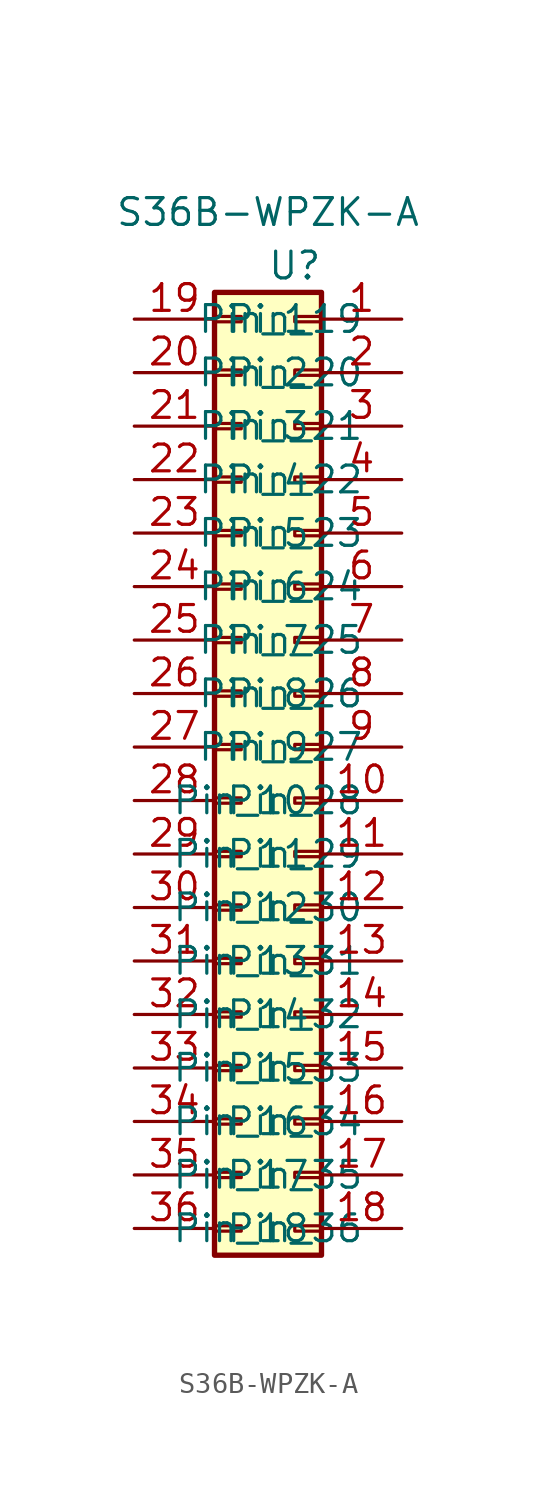
<source format=kicad_sym>
(kicad_symbol_lib
  (version 20211014)
  (generator kicad_symbol_editor)
  (symbol "S36B-WPZK-A"
    (property "Reference" "U"
      (at 16.51 49.53 0)
      (effects (font (size 1.27 1.27))))
    (property "Value" "S36B-WPZK-A"
      (at 15.24 52.07 0)
      (effects (font (size 1.27 1.27))))
    (symbol "S36B-WPZK-A_1_1"
      (rectangle (start 12.7 2.54) (end 17.78 48.26) (stroke (width 0.254) (type default) (color 0 0 0 0)) (fill (type background)))
      (rectangle (start 13.97 3.683) (end 12.7 3.937) (stroke (width 0.152) (type default) (color 0 0 0 0)) (fill (type none)))
      (rectangle (start 13.97 6.223) (end 12.7 6.477) (stroke (width 0.152) (type default) (color 0 0 0 0)) (fill (type none)))
      (rectangle (start 13.97 8.763) (end 12.7 9.017) (stroke (width 0.152) (type default) (color 0 0 0 0)) (fill (type none)))
      (rectangle (start 13.97 11.303) (end 12.7 11.557) (stroke (width 0.152) (type default) (color 0 0 0 0)) (fill (type none)))
      (rectangle (start 13.97 13.843) (end 12.7 14.097) (stroke (width 0.152) (type default) (color 0 0 0 0)) (fill (type none)))
      (rectangle (start 13.97 16.383) (end 12.7 16.637) (stroke (width 0.152) (type default) (color 0 0 0 0)) (fill (type none)))
      (rectangle (start 13.97 18.923) (end 12.7 19.177) (stroke (width 0.152) (type default) (color 0 0 0 0)) (fill (type none)))
      (rectangle (start 13.97 21.463) (end 12.7 21.717) (stroke (width 0.152) (type default) (color 0 0 0 0)) (fill (type none)))
      (rectangle (start 13.97 24.003) (end 12.7 24.257) (stroke (width 0.152) (type default) (color 0 0 0 0)) (fill (type none)))
      (rectangle (start 13.97 26.543) (end 12.7 26.797) (stroke (width 0.152) (type default) (color 0 0 0 0)) (fill (type none)))
      (rectangle (start 13.97 29.083) (end 12.7 29.337) (stroke (width 0.152) (type default) (color 0 0 0 0)) (fill (type none)))
      (rectangle (start 13.97 31.623) (end 12.7 31.877) (stroke (width 0.152) (type default) (color 0 0 0 0)) (fill (type none)))
      (rectangle (start 13.97 34.163) (end 12.7 34.417) (stroke (width 0.152) (type default) (color 0 0 0 0)) (fill (type none)))
      (rectangle (start 13.97 36.703) (end 12.7 36.957) (stroke (width 0.152) (type default) (color 0 0 0 0)) (fill (type none)))
      (rectangle (start 13.97 39.243) (end 12.7 39.497) (stroke (width 0.152) (type default) (color 0 0 0 0)) (fill (type none)))
      (rectangle (start 13.97 41.783) (end 12.7 42.037) (stroke (width 0.152) (type default) (color 0 0 0 0)) (fill (type none)))
      (rectangle (start 13.97 44.323) (end 12.7 44.577) (stroke (width 0.152) (type default) (color 0 0 0 0)) (fill (type none)))
      (rectangle (start 13.97 46.863) (end 12.7 47.117) (stroke (width 0.152) (type default) (color 0 0 0 0)) (fill (type none)))
      (rectangle (start 16.51 3.683) (end 17.78 3.937) (stroke (width 0.152) (type default) (color 0 0 0 0)) (fill (type none)))
      (rectangle (start 16.51 6.223) (end 17.78 6.477) (stroke (width 0.152) (type default) (color 0 0 0 0)) (fill (type none)))
      (rectangle (start 16.51 8.763) (end 17.78 9.017) (stroke (width 0.152) (type default) (color 0 0 0 0)) (fill (type none)))
      (rectangle (start 16.51 11.303) (end 17.78 11.557) (stroke (width 0.152) (type default) (color 0 0 0 0)) (fill (type none)))
      (rectangle (start 16.51 13.843) (end 17.78 14.097) (stroke (width 0.152) (type default) (color 0 0 0 0)) (fill (type none)))
      (rectangle (start 16.51 16.383) (end 17.78 16.637) (stroke (width 0.152) (type default) (color 0 0 0 0)) (fill (type none)))
      (rectangle (start 16.51 18.923) (end 17.78 19.177) (stroke (width 0.152) (type default) (color 0 0 0 0)) (fill (type none)))
      (rectangle (start 16.51 21.463) (end 17.78 21.717) (stroke (width 0.152) (type default) (color 0 0 0 0)) (fill (type none)))
      (rectangle (start 16.51 24.003) (end 17.78 24.257) (stroke (width 0.152) (type default) (color 0 0 0 0)) (fill (type none)))
      (rectangle (start 16.51 26.543) (end 17.78 26.797) (stroke (width 0.152) (type default) (color 0 0 0 0)) (fill (type none)))
      (rectangle (start 16.51 29.083) (end 17.78 29.337) (stroke (width 0.152) (type default) (color 0 0 0 0)) (fill (type none)))
      (rectangle (start 16.51 31.623) (end 17.78 31.877) (stroke (width 0.152) (type default) (color 0 0 0 0)) (fill (type none)))
      (rectangle (start 16.51 34.163) (end 17.78 34.417) (stroke (width 0.152) (type default) (color 0 0 0 0)) (fill (type none)))
      (rectangle (start 16.51 36.703) (end 17.78 36.957) (stroke (width 0.152) (type default) (color 0 0 0 0)) (fill (type none)))
      (rectangle (start 16.51 39.243) (end 17.78 39.497) (stroke (width 0.152) (type default) (color 0 0 0 0)) (fill (type none)))
      (rectangle (start 16.51 41.783) (end 17.78 42.037) (stroke (width 0.152) (type default) (color 0 0 0 0)) (fill (type none)))
      (rectangle (start 16.51 44.323) (end 17.78 44.577) (stroke (width 0.152) (type default) (color 0 0 0 0)) (fill (type none)))
      (rectangle (start 16.51 46.863) (end 17.78 47.117) (stroke (width 0.152) (type default) (color 0 0 0 0)) (fill (type none)))
      (pin passive line (at 21.59 46.99 180) (length 3.81) (name "Pin_1" (effects (font (size 1.27 1.27)))) (number "1" (effects (font (size 1.27 1.27)))))
      (pin passive line (at 21.59 24.13 180) (length 3.81) (name "Pin_10" (effects (font (size 1.27 1.27)))) (number "10" (effects (font (size 1.27 1.27)))))
      (pin passive line (at 21.59 21.59 180) (length 3.81) (name "Pin_11" (effects (font (size 1.27 1.27)))) (number "11" (effects (font (size 1.27 1.27)))))
      (pin passive line (at 21.59 19.05 180) (length 3.81) (name "Pin_12" (effects (font (size 1.27 1.27)))) (number "12" (effects (font (size 1.27 1.27)))))
      (pin passive line (at 21.59 16.51 180) (length 3.81) (name "Pin_13" (effects (font (size 1.27 1.27)))) (number "13" (effects (font (size 1.27 1.27)))))
      (pin passive line (at 21.59 13.97 180) (length 3.81) (name "Pin_14" (effects (font (size 1.27 1.27)))) (number "14" (effects (font (size 1.27 1.27)))))
      (pin passive line (at 21.59 11.43 180) (length 3.81) (name "Pin_15" (effects (font (size 1.27 1.27)))) (number "15" (effects (font (size 1.27 1.27)))))
      (pin passive line (at 21.59 8.89 180) (length 3.81) (name "Pin_16" (effects (font (size 1.27 1.27)))) (number "16" (effects (font (size 1.27 1.27)))))
      (pin passive line (at 21.59 6.35 180) (length 3.81) (name "Pin_17" (effects (font (size 1.27 1.27)))) (number "17" (effects (font (size 1.27 1.27)))))
      (pin passive line (at 21.59 3.81 180) (length 3.81) (name "Pin_18" (effects (font (size 1.27 1.27)))) (number "18" (effects (font (size 1.27 1.27)))))
      (pin passive line (at 8.89 46.99 0) (length 3.81) (name "Pin_19" (effects (font (size 1.27 1.27)))) (number "19" (effects (font (size 1.27 1.27)))))
      (pin passive line (at 21.59 44.45 180) (length 3.81) (name "Pin_2" (effects (font (size 1.27 1.27)))) (number "2" (effects (font (size 1.27 1.27)))))
      (pin passive line (at 8.89 44.45 0) (length 3.81) (name "Pin_20" (effects (font (size 1.27 1.27)))) (number "20" (effects (font (size 1.27 1.27)))))
      (pin passive line (at 8.89 41.91 0) (length 3.81) (name "Pin_21" (effects (font (size 1.27 1.27)))) (number "21" (effects (font (size 1.27 1.27)))))
      (pin passive line (at 8.89 39.37 0) (length 3.81) (name "Pin_22" (effects (font (size 1.27 1.27)))) (number "22" (effects (font (size 1.27 1.27)))))
      (pin passive line (at 8.89 36.83 0) (length 3.81) (name "Pin_23" (effects (font (size 1.27 1.27)))) (number "23" (effects (font (size 1.27 1.27)))))
      (pin passive line (at 8.89 34.29 0) (length 3.81) (name "Pin_24" (effects (font (size 1.27 1.27)))) (number "24" (effects (font (size 1.27 1.27)))))
      (pin passive line (at 8.89 31.75 0) (length 3.81) (name "Pin_25" (effects (font (size 1.27 1.27)))) (number "25" (effects (font (size 1.27 1.27)))))
      (pin passive line (at 8.89 29.21 0) (length 3.81) (name "Pin_26" (effects (font (size 1.27 1.27)))) (number "26" (effects (font (size 1.27 1.27)))))
      (pin passive line (at 8.89 26.67 0) (length 3.81) (name "Pin_27" (effects (font (size 1.27 1.27)))) (number "27" (effects (font (size 1.27 1.27)))))
      (pin passive line (at 8.89 24.13 0) (length 3.81) (name "Pin_28" (effects (font (size 1.27 1.27)))) (number "28" (effects (font (size 1.27 1.27)))))
      (pin passive line (at 8.89 21.59 0) (length 3.81) (name "Pin_29" (effects (font (size 1.27 1.27)))) (number "29" (effects (font (size 1.27 1.27)))))
      (pin passive line (at 21.59 41.91 180) (length 3.81) (name "Pin_3" (effects (font (size 1.27 1.27)))) (number "3" (effects (font (size 1.27 1.27)))))
      (pin passive line (at 8.89 19.05 0) (length 3.81) (name "Pin_30" (effects (font (size 1.27 1.27)))) (number "30" (effects (font (size 1.27 1.27)))))
      (pin passive line (at 8.89 16.51 0) (length 3.81) (name "Pin_31" (effects (font (size 1.27 1.27)))) (number "31" (effects (font (size 1.27 1.27)))))
      (pin passive line (at 8.89 13.97 0) (length 3.81) (name "Pin_32" (effects (font (size 1.27 1.27)))) (number "32" (effects (font (size 1.27 1.27)))))
      (pin passive line (at 8.89 11.43 0) (length 3.81) (name "Pin_33" (effects (font (size 1.27 1.27)))) (number "33" (effects (font (size 1.27 1.27)))))
      (pin passive line (at 8.89 8.89 0) (length 3.81) (name "Pin_34" (effects (font (size 1.27 1.27)))) (number "34" (effects (font (size 1.27 1.27)))))
      (pin passive line (at 8.89 6.35 0) (length 3.81) (name "Pin_35" (effects (font (size 1.27 1.27)))) (number "35" (effects (font (size 1.27 1.27)))))
      (pin passive line (at 8.89 3.81 0) (length 3.81) (name "Pin_36" (effects (font (size 1.27 1.27)))) (number "36" (effects (font (size 1.27 1.27)))))
      (pin passive line (at 21.59 39.37 180) (length 3.81) (name "Pin_4" (effects (font (size 1.27 1.27)))) (number "4" (effects (font (size 1.27 1.27)))))
      (pin passive line (at 21.59 36.83 180) (length 3.81) (name "Pin_5" (effects (font (size 1.27 1.27)))) (number "5" (effects (font (size 1.27 1.27)))))
      (pin passive line (at 21.59 34.29 180) (length 3.81) (name "Pin_6" (effects (font (size 1.27 1.27)))) (number "6" (effects (font (size 1.27 1.27)))))
      (pin passive line (at 21.59 31.75 180) (length 3.81) (name "Pin_7" (effects (font (size 1.27 1.27)))) (number "7" (effects (font (size 1.27 1.27)))))
      (pin passive line (at 21.59 29.21 180) (length 3.81) (name "Pin_8" (effects (font (size 1.27 1.27)))) (number "8" (effects (font (size 1.27 1.27)))))
      (pin passive line (at 21.59 26.67 180) (length 3.81) (name "Pin_9" (effects (font (size 1.27 1.27)))) (number "9" (effects (font (size 1.27 1.27))))))))
</source>
